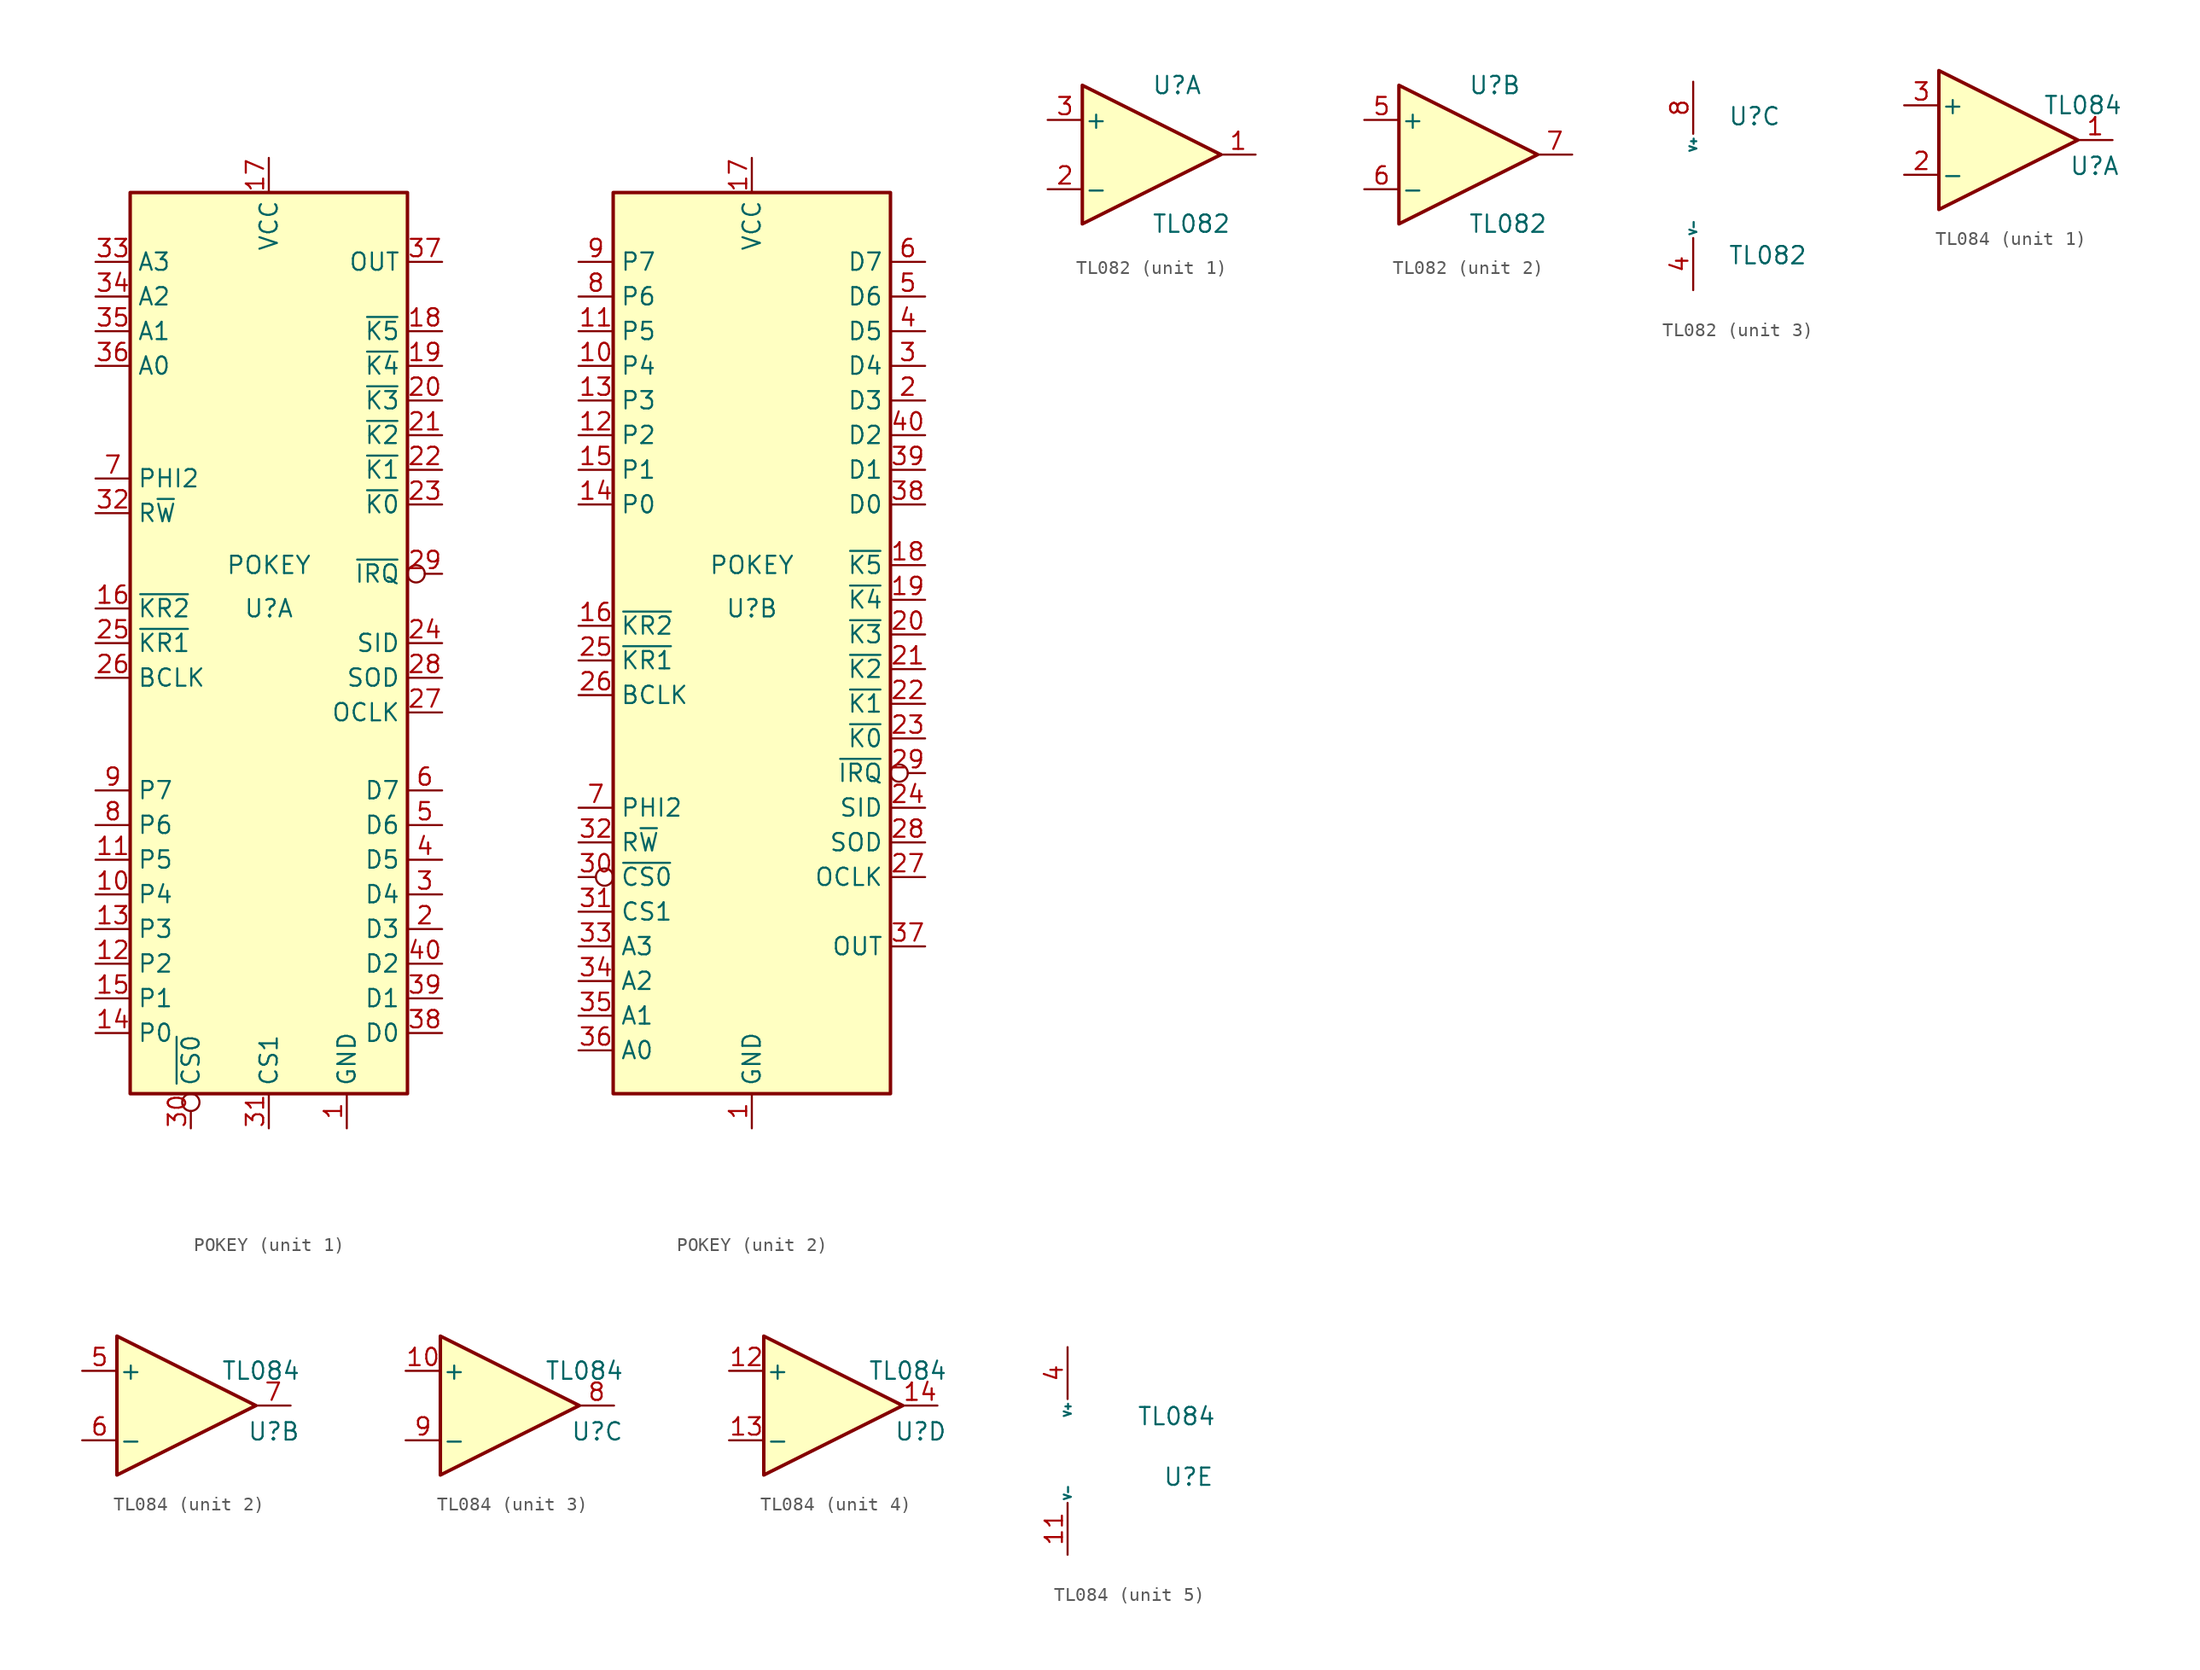
<source format=kicad_sym>
(kicad_symbol_lib
  (version 20211014)
  (generator kicad_symbol_editor)
  (symbol "POKEY"
    (property "Reference" "U"
      (at 0 3.81 0)
      (effects (font (size 1.27 1.27))))
    (property "Value" "POKEY"
      (at 0 6.985 0)
      (effects (font (size 1.27 1.27))))
    (symbol "POKEY_0_1"
      (rectangle (start -10.16 -31.75) (end 10.16 34.29) (stroke (width 0.254) (type default) (color 0 0 0 0)) (fill (type background))))
    (symbol "POKEY_1_1"
      (pin power_in line (at 5.715 -34.29 90) (length 2.54) (name "GND" (effects (font (size 1.27 1.27)))) (number "1" (effects (font (size 1.27 1.27)))))
      (pin input line (at -12.7 -17.145 0) (length 2.54) (name "P4" (effects (font (size 1.27 1.27)))) (number "10" (effects (font (size 1.27 1.27)))))
      (pin input line (at -12.7 -14.605 0) (length 2.54) (name "P5" (effects (font (size 1.27 1.27)))) (number "11" (effects (font (size 1.27 1.27)))))
      (pin input line (at -12.7 -22.225 0) (length 2.54) (name "P2" (effects (font (size 1.27 1.27)))) (number "12" (effects (font (size 1.27 1.27)))))
      (pin input line (at -12.7 -19.685 0) (length 2.54) (name "P3" (effects (font (size 1.27 1.27)))) (number "13" (effects (font (size 1.27 1.27)))))
      (pin input line (at -12.7 -27.305 0) (length 2.54) (name "P0" (effects (font (size 1.27 1.27)))) (number "14" (effects (font (size 1.27 1.27)))))
      (pin input line (at -12.7 -24.765 0) (length 2.54) (name "P1" (effects (font (size 1.27 1.27)))) (number "15" (effects (font (size 1.27 1.27)))))
      (pin input line (at -12.7 3.81 0) (length 2.54) (name "~{KR2}" (effects (font (size 1.27 1.27)))) (number "16" (effects (font (size 1.27 1.27)))))
      (pin power_in line (at 0 36.83 270) (length 2.54) (name "VCC" (effects (font (size 1.27 1.27)))) (number "17" (effects (font (size 1.27 1.27)))))
      (pin output line (at 12.7 24.13 180) (length 2.54) (name "~{K5}" (effects (font (size 1.27 1.27)))) (number "18" (effects (font (size 1.27 1.27)))))
      (pin output line (at 12.7 21.59 180) (length 2.54) (name "~{K4}" (effects (font (size 1.27 1.27)))) (number "19" (effects (font (size 1.27 1.27)))))
      (pin bidirectional line (at 12.7 -19.685 180) (length 2.54) (name "D3" (effects (font (size 1.27 1.27)))) (number "2" (effects (font (size 1.27 1.27)))))
      (pin output line (at 12.7 19.05 180) (length 2.54) (name "~{K3}" (effects (font (size 1.27 1.27)))) (number "20" (effects (font (size 1.27 1.27)))))
      (pin output line (at 12.7 16.51 180) (length 2.54) (name "~{K2}" (effects (font (size 1.27 1.27)))) (number "21" (effects (font (size 1.27 1.27)))))
      (pin output line (at 12.7 13.97 180) (length 2.54) (name "~{K1}" (effects (font (size 1.27 1.27)))) (number "22" (effects (font (size 1.27 1.27)))))
      (pin output line (at 12.7 11.43 180) (length 2.54) (name "~{K0}" (effects (font (size 1.27 1.27)))) (number "23" (effects (font (size 1.27 1.27)))))
      (pin input line (at 12.7 1.27 180) (length 2.54) (name "SID" (effects (font (size 1.27 1.27)))) (number "24" (effects (font (size 1.27 1.27)))))
      (pin input line (at -12.7 1.27 0) (length 2.54) (name "~{KR1}" (effects (font (size 1.27 1.27)))) (number "25" (effects (font (size 1.27 1.27)))))
      (pin bidirectional line (at -12.7 -1.27 0) (length 2.54) (name "BCLK" (effects (font (size 1.27 1.27)))) (number "26" (effects (font (size 1.27 1.27)))))
      (pin output line (at 12.7 -3.81 180) (length 2.54) (name "OCLK" (effects (font (size 1.27 1.27)))) (number "27" (effects (font (size 1.27 1.27)))))
      (pin output line (at 12.7 -1.27 180) (length 2.54) (name "SOD" (effects (font (size 1.27 1.27)))) (number "28" (effects (font (size 1.27 1.27)))))
      (pin output inverted (at 12.7 6.35 180) (length 2.54) (name "~{IRQ}" (effects (font (size 1.27 1.27)))) (number "29" (effects (font (size 1.27 1.27)))))
      (pin bidirectional line (at 12.7 -17.145 180) (length 2.54) (name "D4" (effects (font (size 1.27 1.27)))) (number "3" (effects (font (size 1.27 1.27)))))
      (pin input inverted (at -5.715 -34.29 90) (length 2.54) (name "~{CS0}" (effects (font (size 1.27 1.27)))) (number "30" (effects (font (size 1.27 1.27)))))
      (pin input line (at 0 -34.29 90) (length 2.54) (name "CS1" (effects (font (size 1.27 1.27)))) (number "31" (effects (font (size 1.27 1.27)))))
      (pin input line (at -12.7 10.795 0) (length 2.54) (name "R~{W}" (effects (font (size 1.27 1.27)))) (number "32" (effects (font (size 1.27 1.27)))))
      (pin input line (at -12.7 29.21 0) (length 2.54) (name "A3" (effects (font (size 1.27 1.27)))) (number "33" (effects (font (size 1.27 1.27)))))
      (pin input line (at -12.7 26.67 0) (length 2.54) (name "A2" (effects (font (size 1.27 1.27)))) (number "34" (effects (font (size 1.27 1.27)))))
      (pin input line (at -12.7 24.13 0) (length 2.54) (name "A1" (effects (font (size 1.27 1.27)))) (number "35" (effects (font (size 1.27 1.27)))))
      (pin input line (at -12.7 21.59 0) (length 2.54) (name "A0" (effects (font (size 1.27 1.27)))) (number "36" (effects (font (size 1.27 1.27)))))
      (pin output line (at 12.7 29.21 180) (length 2.54) (name "OUT" (effects (font (size 1.27 1.27)))) (number "37" (effects (font (size 1.27 1.27)))))
      (pin bidirectional line (at 12.7 -27.305 180) (length 2.54) (name "D0" (effects (font (size 1.27 1.27)))) (number "38" (effects (font (size 1.27 1.27)))))
      (pin bidirectional line (at 12.7 -24.765 180) (length 2.54) (name "D1" (effects (font (size 1.27 1.27)))) (number "39" (effects (font (size 1.27 1.27)))))
      (pin bidirectional line (at 12.7 -14.605 180) (length 2.54) (name "D5" (effects (font (size 1.27 1.27)))) (number "4" (effects (font (size 1.27 1.27)))))
      (pin bidirectional line (at 12.7 -22.225 180) (length 2.54) (name "D2" (effects (font (size 1.27 1.27)))) (number "40" (effects (font (size 1.27 1.27)))))
      (pin bidirectional line (at 12.7 -12.065 180) (length 2.54) (name "D6" (effects (font (size 1.27 1.27)))) (number "5" (effects (font (size 1.27 1.27)))))
      (pin bidirectional line (at 12.7 -9.525 180) (length 2.54) (name "D7" (effects (font (size 1.27 1.27)))) (number "6" (effects (font (size 1.27 1.27)))))
      (pin input line (at -12.7 13.335 0) (length 2.54) (name "PHI2" (effects (font (size 1.27 1.27)))) (number "7" (effects (font (size 1.27 1.27)))))
      (pin input line (at -12.7 -12.065 0) (length 2.54) (name "P6" (effects (font (size 1.27 1.27)))) (number "8" (effects (font (size 1.27 1.27)))))
      (pin input line (at -12.7 -9.525 0) (length 2.54) (name "P7" (effects (font (size 1.27 1.27)))) (number "9" (effects (font (size 1.27 1.27))))))
    (symbol "POKEY_2_1"
      (pin power_in line (at 0 -34.29 90) (length 2.54) (name "GND" (effects (font (size 1.27 1.27)))) (number "1" (effects (font (size 1.27 1.27)))))
      (pin input line (at -12.7 21.59 0) (length 2.54) (name "P4" (effects (font (size 1.27 1.27)))) (number "10" (effects (font (size 1.27 1.27)))))
      (pin input line (at -12.7 24.13 0) (length 2.54) (name "P5" (effects (font (size 1.27 1.27)))) (number "11" (effects (font (size 1.27 1.27)))))
      (pin input line (at -12.7 16.51 0) (length 2.54) (name "P2" (effects (font (size 1.27 1.27)))) (number "12" (effects (font (size 1.27 1.27)))))
      (pin input line (at -12.7 19.05 0) (length 2.54) (name "P3" (effects (font (size 1.27 1.27)))) (number "13" (effects (font (size 1.27 1.27)))))
      (pin input line (at -12.7 11.43 0) (length 2.54) (name "P0" (effects (font (size 1.27 1.27)))) (number "14" (effects (font (size 1.27 1.27)))))
      (pin input line (at -12.7 13.97 0) (length 2.54) (name "P1" (effects (font (size 1.27 1.27)))) (number "15" (effects (font (size 1.27 1.27)))))
      (pin input line (at -12.7 2.54 0) (length 2.54) (name "~{KR2}" (effects (font (size 1.27 1.27)))) (number "16" (effects (font (size 1.27 1.27)))))
      (pin power_in line (at 0 36.83 270) (length 2.54) (name "VCC" (effects (font (size 1.27 1.27)))) (number "17" (effects (font (size 1.27 1.27)))))
      (pin output line (at 12.7 6.985 180) (length 2.54) (name "~{K5}" (effects (font (size 1.27 1.27)))) (number "18" (effects (font (size 1.27 1.27)))))
      (pin output line (at 12.7 4.445 180) (length 2.54) (name "~{K4}" (effects (font (size 1.27 1.27)))) (number "19" (effects (font (size 1.27 1.27)))))
      (pin bidirectional line (at 12.7 19.05 180) (length 2.54) (name "D3" (effects (font (size 1.27 1.27)))) (number "2" (effects (font (size 1.27 1.27)))))
      (pin output line (at 12.7 1.905 180) (length 2.54) (name "~{K3}" (effects (font (size 1.27 1.27)))) (number "20" (effects (font (size 1.27 1.27)))))
      (pin output line (at 12.7 -0.635 180) (length 2.54) (name "~{K2}" (effects (font (size 1.27 1.27)))) (number "21" (effects (font (size 1.27 1.27)))))
      (pin output line (at 12.7 -3.175 180) (length 2.54) (name "~{K1}" (effects (font (size 1.27 1.27)))) (number "22" (effects (font (size 1.27 1.27)))))
      (pin output line (at 12.7 -5.715 180) (length 2.54) (name "~{K0}" (effects (font (size 1.27 1.27)))) (number "23" (effects (font (size 1.27 1.27)))))
      (pin input line (at 12.7 -10.795 180) (length 2.54) (name "SID" (effects (font (size 1.27 1.27)))) (number "24" (effects (font (size 1.27 1.27)))))
      (pin input line (at -12.7 0 0) (length 2.54) (name "~{KR1}" (effects (font (size 1.27 1.27)))) (number "25" (effects (font (size 1.27 1.27)))))
      (pin bidirectional line (at -12.7 -2.54 0) (length 2.54) (name "BCLK" (effects (font (size 1.27 1.27)))) (number "26" (effects (font (size 1.27 1.27)))))
      (pin output line (at 12.7 -15.875 180) (length 2.54) (name "OCLK" (effects (font (size 1.27 1.27)))) (number "27" (effects (font (size 1.27 1.27)))))
      (pin output line (at 12.7 -13.335 180) (length 2.54) (name "SOD" (effects (font (size 1.27 1.27)))) (number "28" (effects (font (size 1.27 1.27)))))
      (pin output inverted (at 12.7 -8.255 180) (length 2.54) (name "~{IRQ}" (effects (font (size 1.27 1.27)))) (number "29" (effects (font (size 1.27 1.27)))))
      (pin bidirectional line (at 12.7 21.59 180) (length 2.54) (name "D4" (effects (font (size 1.27 1.27)))) (number "3" (effects (font (size 1.27 1.27)))))
      (pin input inverted (at -12.7 -15.875 0) (length 2.54) (name "~{CS0}" (effects (font (size 1.27 1.27)))) (number "30" (effects (font (size 1.27 1.27)))))
      (pin input line (at -12.7 -18.415 0) (length 2.54) (name "CS1" (effects (font (size 1.27 1.27)))) (number "31" (effects (font (size 1.27 1.27)))))
      (pin input line (at -12.7 -13.335 0) (length 2.54) (name "R~{W}" (effects (font (size 1.27 1.27)))) (number "32" (effects (font (size 1.27 1.27)))))
      (pin input line (at -12.7 -20.955 0) (length 2.54) (name "A3" (effects (font (size 1.27 1.27)))) (number "33" (effects (font (size 1.27 1.27)))))
      (pin input line (at -12.7 -23.495 0) (length 2.54) (name "A2" (effects (font (size 1.27 1.27)))) (number "34" (effects (font (size 1.27 1.27)))))
      (pin input line (at -12.7 -26.035 0) (length 2.54) (name "A1" (effects (font (size 1.27 1.27)))) (number "35" (effects (font (size 1.27 1.27)))))
      (pin input line (at -12.7 -28.575 0) (length 2.54) (name "A0" (effects (font (size 1.27 1.27)))) (number "36" (effects (font (size 1.27 1.27)))))
      (pin output line (at 12.7 -20.955 180) (length 2.54) (name "OUT" (effects (font (size 1.27 1.27)))) (number "37" (effects (font (size 1.27 1.27)))))
      (pin bidirectional line (at 12.7 11.43 180) (length 2.54) (name "D0" (effects (font (size 1.27 1.27)))) (number "38" (effects (font (size 1.27 1.27)))))
      (pin bidirectional line (at 12.7 13.97 180) (length 2.54) (name "D1" (effects (font (size 1.27 1.27)))) (number "39" (effects (font (size 1.27 1.27)))))
      (pin bidirectional line (at 12.7 24.13 180) (length 2.54) (name "D5" (effects (font (size 1.27 1.27)))) (number "4" (effects (font (size 1.27 1.27)))))
      (pin bidirectional line (at 12.7 16.51 180) (length 2.54) (name "D2" (effects (font (size 1.27 1.27)))) (number "40" (effects (font (size 1.27 1.27)))))
      (pin bidirectional line (at 12.7 26.67 180) (length 2.54) (name "D6" (effects (font (size 1.27 1.27)))) (number "5" (effects (font (size 1.27 1.27)))))
      (pin bidirectional line (at 12.7 29.21 180) (length 2.54) (name "D7" (effects (font (size 1.27 1.27)))) (number "6" (effects (font (size 1.27 1.27)))))
      (pin input line (at -12.7 -10.795 0) (length 2.54) (name "PHI2" (effects (font (size 1.27 1.27)))) (number "7" (effects (font (size 1.27 1.27)))))
      (pin input line (at -12.7 26.67 0) (length 2.54) (name "P6" (effects (font (size 1.27 1.27)))) (number "8" (effects (font (size 1.27 1.27)))))
      (pin input line (at -12.7 29.21 0) (length 2.54) (name "P7" (effects (font (size 1.27 1.27)))) (number "9" (effects (font (size 1.27 1.27)))))))
  (symbol "TL082"
    (pin_names
      (offset 0.127))
    (property "Reference" "U"
      (at 0 5.08 0)
      (effects (font (size 1.27 1.27)) (justify left)))
    (property "Value" "TL082"
      (at 0 -5.08 0)
      (effects (font (size 1.27 1.27)) (justify left)))
    (property "ki_locked" ""
      (at 0 0 0)
      (effects (font (size 1.27 1.27))))
    (symbol "TL082_1_1"
      (polyline (pts (xy -5.08 5.08) (xy 5.08 0) (xy -5.08 -5.08) (xy -5.08 5.08)) (stroke (width 0.254) (type default) (color 0 0 0 0)) (fill (type background)))
      (pin output line (at 7.62 0 180) (length 2.54) (name "~" (effects (font (size 1.27 1.27)))) (number "1" (effects (font (size 1.27 1.27)))))
      (pin input line (at -7.62 -2.54 0) (length 2.54) (name "-" (effects (font (size 1.27 1.27)))) (number "2" (effects (font (size 1.27 1.27)))))
      (pin input line (at -7.62 2.54 0) (length 2.54) (name "+" (effects (font (size 1.27 1.27)))) (number "3" (effects (font (size 1.27 1.27))))))
    (symbol "TL082_2_1"
      (polyline (pts (xy -5.08 5.08) (xy 5.08 0) (xy -5.08 -5.08) (xy -5.08 5.08)) (stroke (width 0.254) (type default) (color 0 0 0 0)) (fill (type background)))
      (pin input line (at -7.62 2.54 0) (length 2.54) (name "+" (effects (font (size 1.27 1.27)))) (number "5" (effects (font (size 1.27 1.27)))))
      (pin input line (at -7.62 -2.54 0) (length 2.54) (name "-" (effects (font (size 1.27 1.27)))) (number "6" (effects (font (size 1.27 1.27)))))
      (pin output line (at 7.62 0 180) (length 2.54) (name "~" (effects (font (size 1.27 1.27)))) (number "7" (effects (font (size 1.27 1.27))))))
    (symbol "TL082_3_1"
      (pin power_in line (at -2.54 -7.62 90) (length 3.81) (name "V-" (effects (font (size 0.508 0.508)))) (number "4" (effects (font (size 1.27 1.27)))))
      (pin power_in line (at -2.54 7.62 270) (length 3.81) (name "V+" (effects (font (size 0.508 0.508)))) (number "8" (effects (font (size 1.27 1.27)))))))
  (symbol "TL084"
    (pin_names
      (offset 0.127))
    (property "Reference" "U"
      (at 4.445 -1.905 0)
      (effects (font (size 1.27 1.27)) (justify left)))
    (property "Value" "TL084"
      (at 2.54 2.54 0)
      (effects (font (size 1.27 1.27)) (justify left)))
    (property "ki_locked" ""
      (at 0 0 0)
      (effects (font (size 1.27 1.27))))
    (symbol "TL084_1_1"
      (polyline (pts (xy -5.08 5.08) (xy 5.08 0) (xy -5.08 -5.08) (xy -5.08 5.08)) (stroke (width 0.254) (type default) (color 0 0 0 0)) (fill (type background)))
      (pin output line (at 7.62 0 180) (length 2.54) (name "~" (effects (font (size 1.27 1.27)))) (number "1" (effects (font (size 1.27 1.27)))))
      (pin input line (at -7.62 -2.54 0) (length 2.54) (name "-" (effects (font (size 1.27 1.27)))) (number "2" (effects (font (size 1.27 1.27)))))
      (pin input line (at -7.62 2.54 0) (length 2.54) (name "+" (effects (font (size 1.27 1.27)))) (number "3" (effects (font (size 1.27 1.27))))))
    (symbol "TL084_2_1"
      (polyline (pts (xy -5.08 5.08) (xy 5.08 0) (xy -5.08 -5.08) (xy -5.08 5.08)) (stroke (width 0.254) (type default) (color 0 0 0 0)) (fill (type background)))
      (pin input line (at -7.62 2.54 0) (length 2.54) (name "+" (effects (font (size 1.27 1.27)))) (number "5" (effects (font (size 1.27 1.27)))))
      (pin input line (at -7.62 -2.54 0) (length 2.54) (name "-" (effects (font (size 1.27 1.27)))) (number "6" (effects (font (size 1.27 1.27)))))
      (pin output line (at 7.62 0 180) (length 2.54) (name "~" (effects (font (size 1.27 1.27)))) (number "7" (effects (font (size 1.27 1.27))))))
    (symbol "TL084_3_1"
      (polyline (pts (xy -5.08 5.08) (xy 5.08 0) (xy -5.08 -5.08) (xy -5.08 5.08)) (stroke (width 0.254) (type default) (color 0 0 0 0)) (fill (type background)))
      (pin input line (at -7.62 2.54 0) (length 2.54) (name "+" (effects (font (size 1.27 1.27)))) (number "10" (effects (font (size 1.27 1.27)))))
      (pin output line (at 7.62 0 180) (length 2.54) (name "~" (effects (font (size 1.27 1.27)))) (number "8" (effects (font (size 1.27 1.27)))))
      (pin input line (at -7.62 -2.54 0) (length 2.54) (name "-" (effects (font (size 1.27 1.27)))) (number "9" (effects (font (size 1.27 1.27))))))
    (symbol "TL084_4_1"
      (polyline (pts (xy -5.08 5.08) (xy 5.08 0) (xy -5.08 -5.08) (xy -5.08 5.08)) (stroke (width 0.254) (type default) (color 0 0 0 0)) (fill (type background)))
      (pin input line (at -7.62 2.54 0) (length 2.54) (name "+" (effects (font (size 1.27 1.27)))) (number "12" (effects (font (size 1.27 1.27)))))
      (pin input line (at -7.62 -2.54 0) (length 2.54) (name "-" (effects (font (size 1.27 1.27)))) (number "13" (effects (font (size 1.27 1.27)))))
      (pin output line (at 7.62 0 180) (length 2.54) (name "~" (effects (font (size 1.27 1.27)))) (number "14" (effects (font (size 1.27 1.27))))))
    (symbol "TL084_5_1"
      (pin power_in line (at -2.54 -7.62 90) (length 3.81) (name "V-" (effects (font (size 0.508 0.508)))) (number "11" (effects (font (size 1.27 1.27)))))
      (pin power_in line (at -2.54 7.62 270) (length 3.81) (name "V+" (effects (font (size 0.508 0.508)))) (number "4" (effects (font (size 1.27 1.27))))))))
</source>
